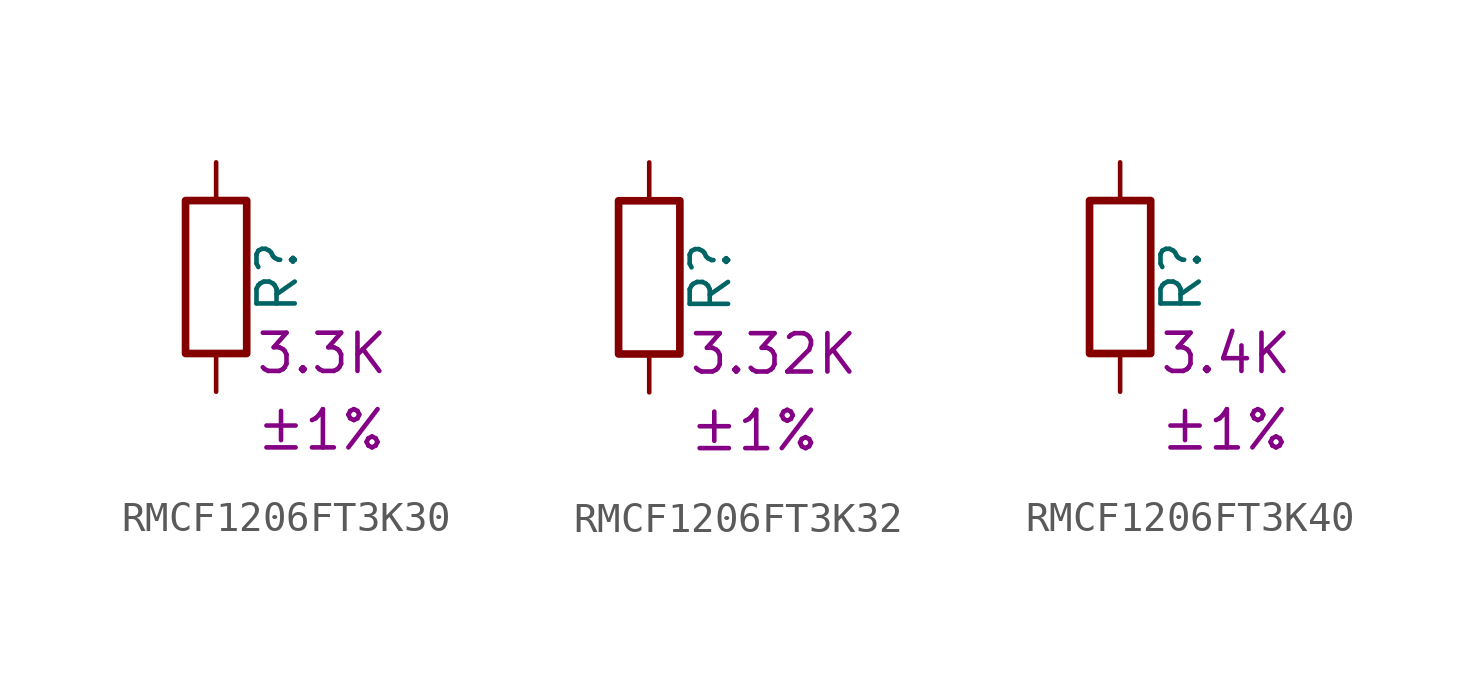
<source format=kicad_sym>
(kicad_symbol_lib
  (version 20220914)
  (generator kicad_symbol_editor)
  (symbol "RMCF1206FT3K30"
    (pin_numbers hide)
    (pin_names
      (offset 0))
    (property "Reference" "R"
      (at 2.032 0 90)
      (effects (font (size 1.27 1.27))))
    (property "Resistance" "3.3K"
      (at 1.27 -2.54 0)
      (effects (font (size 1.27 1.27)) (justify left)))
    (property "Tolerance" "±1%"
      (at 1.27 -5.08 0)
      (effects (font (size 1.27 1.27)) (justify left)))
    (symbol "RMCF1206FT3K30_0_1"
      (rectangle (start -1.016 -2.54) (end 1.016 2.54) (stroke (width 0.254) (type default)) (fill (type none))))
    (symbol "RMCF1206FT3K30_1_1"
      (pin passive line (at 0 3.81 270) (length 1.27) (name "~" (effects (font (size 1.27 1.27)))) (number "1" (effects (font (size 1.27 1.27)))))
      (pin passive line (at 0 -3.81 90) (length 1.27) (name "~" (effects (font (size 1.27 1.27)))) (number "2" (effects (font (size 1.27 1.27)))))))
  (symbol "RMCF1206FT3K32"
    (pin_numbers hide)
    (pin_names
      (offset 0))
    (property "Reference" "R"
      (at 2.032 0 90)
      (effects (font (size 1.27 1.27))))
    (property "Resistance" "3.32K"
      (at 1.27 -2.54 0)
      (effects (font (size 1.27 1.27)) (justify left)))
    (property "Tolerance" "±1%"
      (at 1.27 -5.08 0)
      (effects (font (size 1.27 1.27)) (justify left)))
    (symbol "RMCF1206FT3K32_0_1"
      (rectangle (start -1.016 -2.54) (end 1.016 2.54) (stroke (width 0.254) (type default)) (fill (type none))))
    (symbol "RMCF1206FT3K32_1_1"
      (pin passive line (at 0 3.81 270) (length 1.27) (name "~" (effects (font (size 1.27 1.27)))) (number "1" (effects (font (size 1.27 1.27)))))
      (pin passive line (at 0 -3.81 90) (length 1.27) (name "~" (effects (font (size 1.27 1.27)))) (number "2" (effects (font (size 1.27 1.27)))))))
  (symbol "RMCF1206FT3K40"
    (pin_numbers hide)
    (pin_names
      (offset 0))
    (property "Reference" "R"
      (at 2.032 0 90)
      (effects (font (size 1.27 1.27))))
    (property "Resistance" "3.4K"
      (at 1.27 -2.54 0)
      (effects (font (size 1.27 1.27)) (justify left)))
    (property "Tolerance" "±1%"
      (at 1.27 -5.08 0)
      (effects (font (size 1.27 1.27)) (justify left)))
    (symbol "RMCF1206FT3K40_0_1"
      (rectangle (start -1.016 -2.54) (end 1.016 2.54) (stroke (width 0.254) (type default)) (fill (type none))))
    (symbol "RMCF1206FT3K40_1_1"
      (pin passive line (at 0 3.81 270) (length 1.27) (name "~" (effects (font (size 1.27 1.27)))) (number "1" (effects (font (size 1.27 1.27)))))
      (pin passive line (at 0 -3.81 90) (length 1.27) (name "~" (effects (font (size 1.27 1.27)))) (number "2" (effects (font (size 1.27 1.27))))))))
</source>
